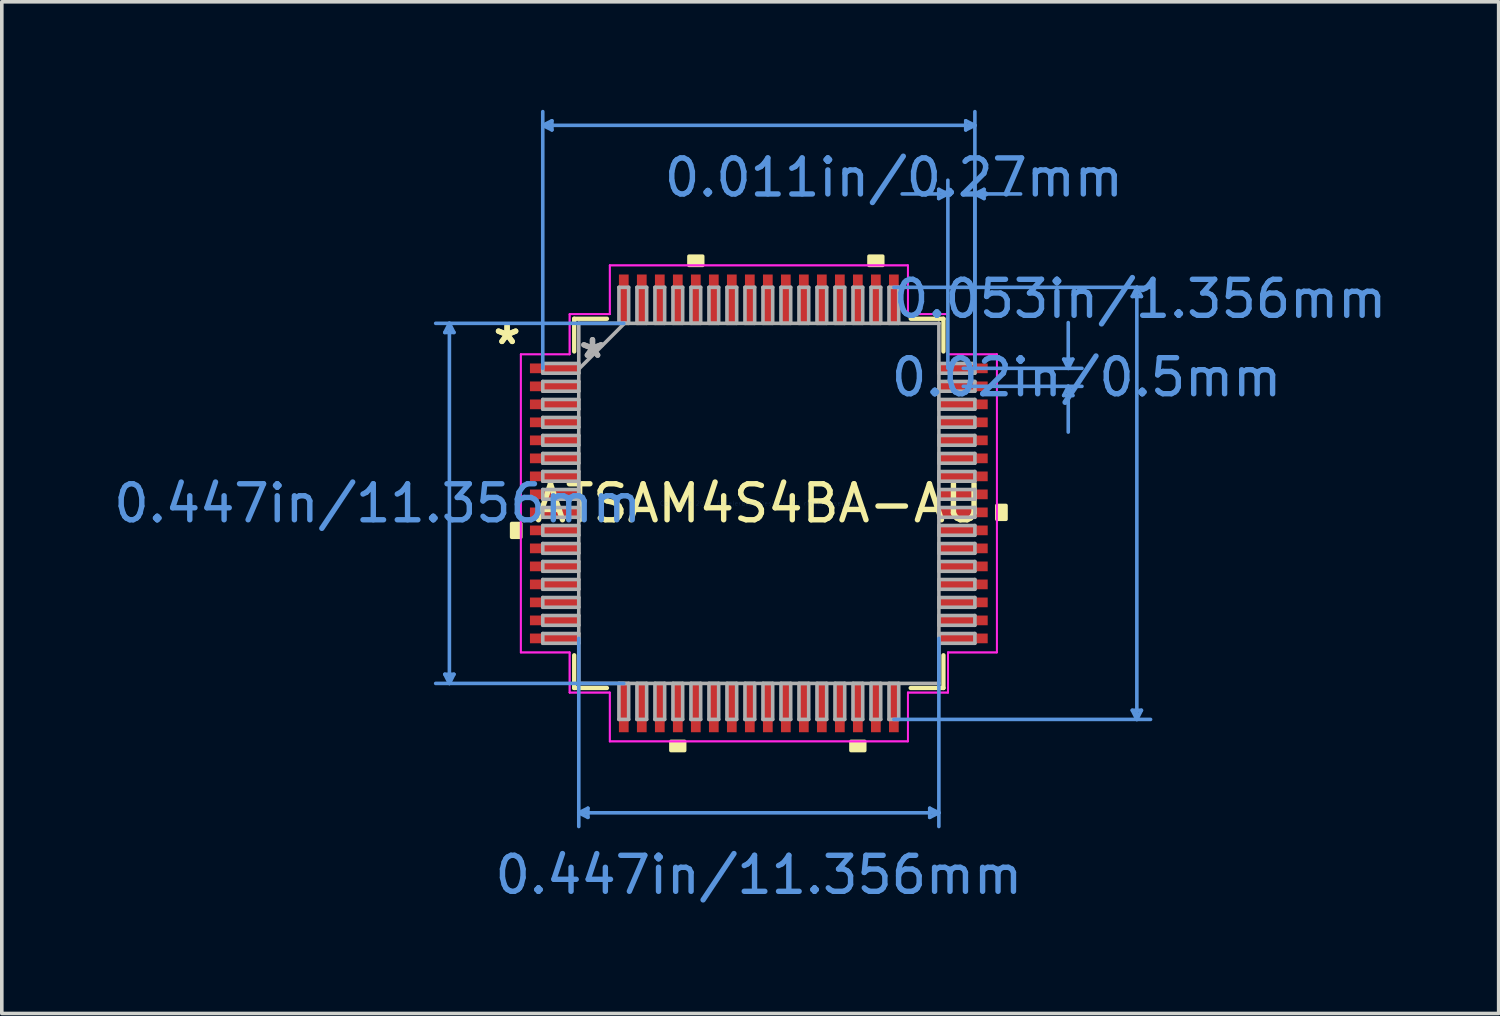
<source format=kicad_pcb>
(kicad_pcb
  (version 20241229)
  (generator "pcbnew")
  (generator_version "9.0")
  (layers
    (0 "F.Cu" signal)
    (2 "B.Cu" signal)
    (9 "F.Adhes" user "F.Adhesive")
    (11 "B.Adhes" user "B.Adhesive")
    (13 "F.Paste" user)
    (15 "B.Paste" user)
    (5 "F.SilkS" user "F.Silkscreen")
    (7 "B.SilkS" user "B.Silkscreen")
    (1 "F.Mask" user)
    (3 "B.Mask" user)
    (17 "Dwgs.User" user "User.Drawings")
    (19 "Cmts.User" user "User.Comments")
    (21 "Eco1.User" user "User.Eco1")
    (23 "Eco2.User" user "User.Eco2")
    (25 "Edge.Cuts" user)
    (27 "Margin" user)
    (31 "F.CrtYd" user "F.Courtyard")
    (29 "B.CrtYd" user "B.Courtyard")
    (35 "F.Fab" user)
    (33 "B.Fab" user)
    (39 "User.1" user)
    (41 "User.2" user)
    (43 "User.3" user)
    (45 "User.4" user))
  (footprint "ATSAM4S4BA-AU"
    (layer "F.Cu")
    (at 18.023 10.929)
    (property "Reference" "ATSAM4S4BA-AU" (at 0 0 0) (layer "F.SilkS") (effects (font (size 1 1) (thickness 0.15))))
    (attr through_hole)
    (fp_line (start -5.127 -5.127) (end -5.127 -4.218) (stroke (width 0.12) (type solid)) (layer "F.SilkS"))
    (fp_line (start -5.127 4.218) (end -5.127 5.127) (stroke (width 0.12) (type solid)) (layer "F.SilkS"))
    (fp_line (start -5.127 5.127) (end -4.218 5.127) (stroke (width 0.12) (type solid)) (layer "F.SilkS"))
    (fp_line (start -4.218 -5.127) (end -5.127 -5.127) (stroke (width 0.12) (type solid)) (layer "F.SilkS"))
    (fp_line (start 4.218 5.127) (end 5.127 5.127) (stroke (width 0.12) (type solid)) (layer "F.SilkS"))
    (fp_line (start 5.127 -5.127) (end 4.218 -5.127) (stroke (width 0.12) (type solid)) (layer "F.SilkS"))
    (fp_line (start 5.127 -4.218) (end 5.127 -5.127) (stroke (width 0.12) (type solid)) (layer "F.SilkS"))
    (fp_line (start 5.127 5.127) (end 5.127 4.218) (stroke (width 0.12) (type solid)) (layer "F.SilkS"))
    (fp_poly (pts (xy -6.864 0.56) (xy -6.864 0.941) (xy -6.61 0.941) (xy -6.61 0.56)) (stroke (width 0.1) (type solid)) (fill yes) (layer "F.SilkS"))
    (fp_poly (pts (xy -2.441 6.61) (xy -2.441 6.864) (xy -2.06 6.864) (xy -2.06 6.61)) (stroke (width 0.1) (type solid)) (fill yes) (layer "F.SilkS"))
    (fp_poly (pts (xy -1.94 -6.61) (xy -1.94 -6.864) (xy -1.559 -6.864) (xy -1.559 -6.61)) (stroke (width 0.1) (type solid)) (fill yes) (layer "F.SilkS"))
    (fp_poly (pts (xy 2.559 6.61) (xy 2.559 6.864) (xy 2.941 6.864) (xy 2.941 6.61)) (stroke (width 0.1) (type solid)) (fill yes) (layer "F.SilkS"))
    (fp_poly (pts (xy 3.06 -6.61) (xy 3.06 -6.864) (xy 3.441 -6.864) (xy 3.441 -6.61)) (stroke (width 0.1) (type solid)) (fill yes) (layer "F.SilkS"))
    (fp_poly (pts (xy 6.864 0.059) (xy 6.864 0.441) (xy 6.61 0.441) (xy 6.61 0.059)) (stroke (width 0.1) (type solid)) (fill yes) (layer "F.SilkS"))
    (fp_line (start -8.72 -4.746) (end -8.466 -4.746) (stroke (width 0.1) (type solid)) (layer "Cmts.User"))
    (fp_line (start -8.72 4.746) (end -8.466 4.746) (stroke (width 0.1) (type solid)) (layer "Cmts.User"))
    (fp_line (start -8.593 -5) (end -8.72 -4.746) (stroke (width 0.1) (type solid)) (layer "Cmts.User"))
    (fp_line (start -8.593 -5) (end -8.593 5) (stroke (width 0.1) (type solid)) (layer "Cmts.User"))
    (fp_line (start -8.593 -5) (end -8.466 -4.746) (stroke (width 0.1) (type solid)) (layer "Cmts.User"))
    (fp_line (start -8.593 5) (end -8.72 4.746) (stroke (width 0.1) (type solid)) (layer "Cmts.User"))
    (fp_line (start -8.593 5) (end -8.466 4.746) (stroke (width 0.1) (type solid)) (layer "Cmts.User"))
    (fp_line (start -6 -10.498) (end -5.746 -10.625) (stroke (width 0.1) (type solid)) (layer "Cmts.User"))
    (fp_line (start -6 -10.498) (end -5.746 -10.371) (stroke (width 0.1) (type solid)) (layer "Cmts.User"))
    (fp_line (start -6 -10.498) (end 6 -10.498) (stroke (width 0.1) (type solid)) (layer "Cmts.User"))
    (fp_line (start -6 -3.75) (end -6 -10.879) (stroke (width 0.1) (type solid)) (layer "Cmts.User"))
    (fp_line (start -5.746 -10.625) (end -5.746 -10.371) (stroke (width 0.1) (type solid)) (layer "Cmts.User"))
    (fp_line (start -5 3.75) (end -5 8.974) (stroke (width 0.1) (type solid)) (layer "Cmts.User"))
    (fp_line (start -5 8.593) (end -4.746 8.466) (stroke (width 0.1) (type solid)) (layer "Cmts.User"))
    (fp_line (start -5 8.593) (end -4.746 8.72) (stroke (width 0.1) (type solid)) (layer "Cmts.User"))
    (fp_line (start -5 8.593) (end 5 8.593) (stroke (width 0.1) (type solid)) (layer "Cmts.User"))
    (fp_line (start -4.746 8.466) (end -4.746 8.72) (stroke (width 0.1) (type solid)) (layer "Cmts.User"))
    (fp_line (start -3.75 -5) (end -8.974 -5) (stroke (width 0.1) (type solid)) (layer "Cmts.User"))
    (fp_line (start -3.75 5) (end -8.974 5) (stroke (width 0.1) (type solid)) (layer "Cmts.User"))
    (fp_line (start 3.75 -6) (end 10.879 -6) (stroke (width 0.1) (type solid)) (layer "Cmts.User"))
    (fp_line (start 3.75 6) (end 10.879 6) (stroke (width 0.1) (type solid)) (layer "Cmts.User"))
    (fp_line (start 4.746 8.466) (end 4.746 8.72) (stroke (width 0.1) (type solid)) (layer "Cmts.User"))
    (fp_line (start 4.996 -8.72) (end 4.996 -8.466) (stroke (width 0.1) (type solid)) (layer "Cmts.User"))
    (fp_line (start 5 3.75) (end 5 8.974) (stroke (width 0.1) (type solid)) (layer "Cmts.User"))
    (fp_line (start 5 8.593) (end 4.746 8.466) (stroke (width 0.1) (type solid)) (layer "Cmts.User"))
    (fp_line (start 5 8.593) (end 4.746 8.72) (stroke (width 0.1) (type solid)) (layer "Cmts.User"))
    (fp_line (start 5.25 -8.593) (end 3.98 -8.593) (stroke (width 0.1) (type solid)) (layer "Cmts.User"))
    (fp_line (start 5.25 -8.593) (end 4.996 -8.72) (stroke (width 0.1) (type solid)) (layer "Cmts.User"))
    (fp_line (start 5.25 -8.593) (end 4.996 -8.466) (stroke (width 0.1) (type solid)) (layer "Cmts.User"))
    (fp_line (start 5.25 -3.75) (end 5.25 -8.974) (stroke (width 0.1) (type solid)) (layer "Cmts.User"))
    (fp_line (start 5.678 -3.75) (end 8.974 -3.75) (stroke (width 0.1) (type solid)) (layer "Cmts.User"))
    (fp_line (start 5.678 -3.25) (end 8.974 -3.25) (stroke (width 0.1) (type solid)) (layer "Cmts.User"))
    (fp_line (start 5.746 -10.625) (end 5.746 -10.371) (stroke (width 0.1) (type solid)) (layer "Cmts.User"))
    (fp_line (start 6 -10.498) (end 5.746 -10.625) (stroke (width 0.1) (type solid)) (layer "Cmts.User"))
    (fp_line (start 6 -10.498) (end 5.746 -10.371) (stroke (width 0.1) (type solid)) (layer "Cmts.User"))
    (fp_line (start 6 -8.593) (end 6.254 -8.72) (stroke (width 0.1) (type solid)) (layer "Cmts.User"))
    (fp_line (start 6 -8.593) (end 6.254 -8.466) (stroke (width 0.1) (type solid)) (layer "Cmts.User"))
    (fp_line (start 6 -8.593) (end 7.27 -8.593) (stroke (width 0.1) (type solid)) (layer "Cmts.User"))
    (fp_line (start 6 -3.75) (end 6 -10.879) (stroke (width 0.1) (type solid)) (layer "Cmts.User"))
    (fp_line (start 6 -3.75) (end 6 -8.974) (stroke (width 0.1) (type solid)) (layer "Cmts.User"))
    (fp_line (start 6.254 -8.72) (end 6.254 -8.466) (stroke (width 0.1) (type solid)) (layer "Cmts.User"))
    (fp_line (start 8.466 -4.004) (end 8.72 -4.004) (stroke (width 0.1) (type solid)) (layer "Cmts.User"))
    (fp_line (start 8.466 -2.996) (end 8.72 -2.996) (stroke (width 0.1) (type solid)) (layer "Cmts.User"))
    (fp_line (start 8.593 -3.75) (end 8.466 -4.004) (stroke (width 0.1) (type solid)) (layer "Cmts.User"))
    (fp_line (start 8.593 -3.75) (end 8.593 -5.02) (stroke (width 0.1) (type solid)) (layer "Cmts.User"))
    (fp_line (start 8.593 -3.75) (end 8.72 -4.004) (stroke (width 0.1) (type solid)) (layer "Cmts.User"))
    (fp_line (start 8.593 -3.25) (end 8.466 -2.996) (stroke (width 0.1) (type solid)) (layer "Cmts.User"))
    (fp_line (start 8.593 -3.25) (end 8.593 -1.98) (stroke (width 0.1) (type solid)) (layer "Cmts.User"))
    (fp_line (start 8.593 -3.25) (end 8.72 -2.996) (stroke (width 0.1) (type solid)) (layer "Cmts.User"))
    (fp_line (start 10.371 -5.746) (end 10.625 -5.746) (stroke (width 0.1) (type solid)) (layer "Cmts.User"))
    (fp_line (start 10.371 5.746) (end 10.625 5.746) (stroke (width 0.1) (type solid)) (layer "Cmts.User"))
    (fp_line (start 10.498 -6) (end 10.371 -5.746) (stroke (width 0.1) (type solid)) (layer "Cmts.User"))
    (fp_line (start 10.498 -6) (end 10.498 6) (stroke (width 0.1) (type solid)) (layer "Cmts.User"))
    (fp_line (start 10.498 -6) (end 10.625 -5.746) (stroke (width 0.1) (type solid)) (layer "Cmts.User"))
    (fp_line (start 10.498 6) (end 10.371 5.746) (stroke (width 0.1) (type solid)) (layer "Cmts.User"))
    (fp_line (start 10.498 6) (end 10.625 5.746) (stroke (width 0.1) (type solid)) (layer "Cmts.User"))
    (fp_line (start -6.61 -4.139) (end -5.254 -4.139) (stroke (width 0.05) (type solid)) (layer "F.CrtYd"))
    (fp_line (start -6.61 -4.139) (end -5.254 -4.139) (stroke (width 0.05) (type solid)) (layer "F.CrtYd"))
    (fp_line (start -6.61 4.139) (end -6.61 -4.139) (stroke (width 0.05) (type solid)) (layer "F.CrtYd"))
    (fp_line (start -6.61 4.139) (end -6.61 -4.139) (stroke (width 0.05) (type solid)) (layer "F.CrtYd"))
    (fp_line (start -5.254 -5.254) (end -4.139 -5.254) (stroke (width 0.05) (type solid)) (layer "F.CrtYd"))
    (fp_line (start -5.254 -5.254) (end -4.139 -5.254) (stroke (width 0.05) (type solid)) (layer "F.CrtYd"))
    (fp_line (start -5.254 -4.139) (end -5.254 -5.254) (stroke (width 0.05) (type solid)) (layer "F.CrtYd"))
    (fp_line (start -5.254 -4.139) (end -5.254 -5.254) (stroke (width 0.05) (type solid)) (layer "F.CrtYd"))
    (fp_line (start -5.254 4.139) (end -6.61 4.139) (stroke (width 0.05) (type solid)) (layer "F.CrtYd"))
    (fp_line (start -5.254 4.139) (end -6.61 4.139) (stroke (width 0.05) (type solid)) (layer "F.CrtYd"))
    (fp_line (start -5.254 5.254) (end -5.254 4.139) (stroke (width 0.05) (type solid)) (layer "F.CrtYd"))
    (fp_line (start -5.254 5.254) (end -5.254 4.139) (stroke (width 0.05) (type solid)) (layer "F.CrtYd"))
    (fp_line (start -5.254 5.254) (end -4.139 5.254) (stroke (width 0.05) (type solid)) (layer "F.CrtYd"))
    (fp_line (start -4.139 -6.61) (end 4.139 -6.61) (stroke (width 0.05) (type solid)) (layer "F.CrtYd"))
    (fp_line (start -4.139 -6.61) (end 4.139 -6.61) (stroke (width 0.05) (type solid)) (layer "F.CrtYd"))
    (fp_line (start -4.139 -5.254) (end -4.139 -6.61) (stroke (width 0.05) (type solid)) (layer "F.CrtYd"))
    (fp_line (start -4.139 -5.254) (end -4.139 -6.61) (stroke (width 0.05) (type solid)) (layer "F.CrtYd"))
    (fp_line (start -4.139 5.254) (end -5.254 5.254) (stroke (width 0.05) (type solid)) (layer "F.CrtYd"))
    (fp_line (start -4.139 5.254) (end -4.139 6.61) (stroke (width 0.05) (type solid)) (layer "F.CrtYd"))
    (fp_line (start -4.139 6.61) (end -4.139 5.254) (stroke (width 0.05) (type solid)) (layer "F.CrtYd"))
    (fp_line (start -4.139 6.61) (end 4.139 6.61) (stroke (width 0.05) (type solid)) (layer "F.CrtYd"))
    (fp_line (start 4.139 -6.61) (end 4.139 -5.254) (stroke (width 0.05) (type solid)) (layer "F.CrtYd"))
    (fp_line (start 4.139 -6.61) (end 4.139 -5.254) (stroke (width 0.05) (type solid)) (layer "F.CrtYd"))
    (fp_line (start 4.139 -5.254) (end 5.254 -5.254) (stroke (width 0.05) (type solid)) (layer "F.CrtYd"))
    (fp_line (start 4.139 -5.254) (end 5.254 -5.254) (stroke (width 0.05) (type solid)) (layer "F.CrtYd"))
    (fp_line (start 4.139 5.254) (end 4.139 6.61) (stroke (width 0.05) (type solid)) (layer "F.CrtYd"))
    (fp_line (start 4.139 5.254) (end 5.254 5.254) (stroke (width 0.05) (type solid)) (layer "F.CrtYd"))
    (fp_line (start 4.139 6.61) (end -4.139 6.61) (stroke (width 0.05) (type solid)) (layer "F.CrtYd"))
    (fp_line (start 4.139 6.61) (end 4.139 5.254) (stroke (width 0.05) (type solid)) (layer "F.CrtYd"))
    (fp_line (start 5.254 -5.254) (end 5.254 -4.139) (stroke (width 0.05) (type solid)) (layer "F.CrtYd"))
    (fp_line (start 5.254 -4.139) (end 5.254 -5.254) (stroke (width 0.05) (type solid)) (layer "F.CrtYd"))
    (fp_line (start 5.254 -4.139) (end 6.61 -4.139) (stroke (width 0.05) (type solid)) (layer "F.CrtYd"))
    (fp_line (start 5.254 4.139) (end 5.254 5.254) (stroke (width 0.05) (type solid)) (layer "F.CrtYd"))
    (fp_line (start 5.254 4.139) (end 6.61 4.139) (stroke (width 0.05) (type solid)) (layer "F.CrtYd"))
    (fp_line (start 5.254 5.254) (end 4.139 5.254) (stroke (width 0.05) (type solid)) (layer "F.CrtYd"))
    (fp_line (start 5.254 5.254) (end 5.254 4.139) (stroke (width 0.05) (type solid)) (layer "F.CrtYd"))
    (fp_line (start 6.61 -4.139) (end 5.254 -4.139) (stroke (width 0.05) (type solid)) (layer "F.CrtYd"))
    (fp_line (start 6.61 -4.139) (end 6.61 4.139) (stroke (width 0.05) (type solid)) (layer "F.CrtYd"))
    (fp_line (start 6.61 4.139) (end 5.254 4.139) (stroke (width 0.05) (type solid)) (layer "F.CrtYd"))
    (fp_line (start 6.61 4.139) (end 6.61 -4.139) (stroke (width 0.05) (type solid)) (layer "F.CrtYd"))
    (fp_line (start -6 -3.885) (end -6 -3.615) (stroke (width 0.1) (type solid)) (layer "F.Fab"))
    (fp_line (start -6 -3.615) (end -5 -3.615) (stroke (width 0.1) (type solid)) (layer "F.Fab"))
    (fp_line (start -6 -3.385) (end -6 -3.115) (stroke (width 0.1) (type solid)) (layer "F.Fab"))
    (fp_line (start -6 -3.115) (end -5 -3.115) (stroke (width 0.1) (type solid)) (layer "F.Fab"))
    (fp_line (start -6 -2.885) (end -6 -2.615) (stroke (width 0.1) (type solid)) (layer "F.Fab"))
    (fp_line (start -6 -2.615) (end -5 -2.615) (stroke (width 0.1) (type solid)) (layer "F.Fab"))
    (fp_line (start -6 -2.385) (end -6 -2.115) (stroke (width 0.1) (type solid)) (layer "F.Fab"))
    (fp_line (start -6 -2.115) (end -5 -2.115) (stroke (width 0.1) (type solid)) (layer "F.Fab"))
    (fp_line (start -6 -1.885) (end -6 -1.615) (stroke (width 0.1) (type solid)) (layer "F.Fab"))
    (fp_line (start -6 -1.615) (end -5 -1.615) (stroke (width 0.1) (type solid)) (layer "F.Fab"))
    (fp_line (start -6 -1.385) (end -6 -1.115) (stroke (width 0.1) (type solid)) (layer "F.Fab"))
    (fp_line (start -6 -1.115) (end -5 -1.115) (stroke (width 0.1) (type solid)) (layer "F.Fab"))
    (fp_line (start -6 -0.885) (end -6 -0.615) (stroke (width 0.1) (type solid)) (layer "F.Fab"))
    (fp_line (start -6 -0.615) (end -5 -0.615) (stroke (width 0.1) (type solid)) (layer "F.Fab"))
    (fp_line (start -6 -0.385) (end -6 -0.115) (stroke (width 0.1) (type solid)) (layer "F.Fab"))
    (fp_line (start -6 -0.115) (end -5 -0.115) (stroke (width 0.1) (type solid)) (layer "F.Fab"))
    (fp_line (start -6 0.115) (end -6 0.385) (stroke (width 0.1) (type solid)) (layer "F.Fab"))
    (fp_line (start -6 0.385) (end -5 0.385) (stroke (width 0.1) (type solid)) (layer "F.Fab"))
    (fp_line (start -6 0.615) (end -6 0.885) (stroke (width 0.1) (type solid)) (layer "F.Fab"))
    (fp_line (start -6 0.885) (end -5 0.885) (stroke (width 0.1) (type solid)) (layer "F.Fab"))
    (fp_line (start -6 1.115) (end -6 1.385) (stroke (width 0.1) (type solid)) (layer "F.Fab"))
    (fp_line (start -6 1.385) (end -5 1.385) (stroke (width 0.1) (type solid)) (layer "F.Fab"))
    (fp_line (start -6 1.615) (end -6 1.885) (stroke (width 0.1) (type solid)) (layer "F.Fab"))
    (fp_line (start -6 1.885) (end -5 1.885) (stroke (width 0.1) (type solid)) (layer "F.Fab"))
    (fp_line (start -6 2.115) (end -6 2.385) (stroke (width 0.1) (type solid)) (layer "F.Fab"))
    (fp_line (start -6 2.385) (end -5 2.385) (stroke (width 0.1) (type solid)) (layer "F.Fab"))
    (fp_line (start -6 2.615) (end -6 2.885) (stroke (width 0.1) (type solid)) (layer "F.Fab"))
    (fp_line (start -6 2.885) (end -5 2.885) (stroke (width 0.1) (type solid)) (layer "F.Fab"))
    (fp_line (start -6 3.115) (end -6 3.385) (stroke (width 0.1) (type solid)) (layer "F.Fab"))
    (fp_line (start -6 3.385) (end -5 3.385) (stroke (width 0.1) (type solid)) (layer "F.Fab"))
    (fp_line (start -6 3.615) (end -6 3.885) (stroke (width 0.1) (type solid)) (layer "F.Fab"))
    (fp_line (start -6 3.885) (end -5 3.885) (stroke (width 0.1) (type solid)) (layer "F.Fab"))
    (fp_line (start -5 -5) (end -5 -5) (stroke (width 0.1) (type solid)) (layer "F.Fab"))
    (fp_line (start -5 -5) (end -5 5) (stroke (width 0.1) (type solid)) (layer "F.Fab"))
    (fp_line (start -5 -3.885) (end -6 -3.885) (stroke (width 0.1) (type solid)) (layer "F.Fab"))
    (fp_line (start -5 -3.73) (end -3.73 -5) (stroke (width 0.1) (type solid)) (layer "F.Fab"))
    (fp_line (start -5 -3.615) (end -5 -3.885) (stroke (width 0.1) (type solid)) (layer "F.Fab"))
    (fp_line (start -5 -3.385) (end -6 -3.385) (stroke (width 0.1) (type solid)) (layer "F.Fab"))
    (fp_line (start -5 -3.115) (end -5 -3.385) (stroke (width 0.1) (type solid)) (layer "F.Fab"))
    (fp_line (start -5 -2.885) (end -6 -2.885) (stroke (width 0.1) (type solid)) (layer "F.Fab"))
    (fp_line (start -5 -2.615) (end -5 -2.885) (stroke (width 0.1) (type solid)) (layer "F.Fab"))
    (fp_line (start -5 -2.385) (end -6 -2.385) (stroke (width 0.1) (type solid)) (layer "F.Fab"))
    (fp_line (start -5 -2.115) (end -5 -2.385) (stroke (width 0.1) (type solid)) (layer "F.Fab"))
    (fp_line (start -5 -1.885) (end -6 -1.885) (stroke (width 0.1) (type solid)) (layer "F.Fab"))
    (fp_line (start -5 -1.615) (end -5 -1.885) (stroke (width 0.1) (type solid)) (layer "F.Fab"))
    (fp_line (start -5 -1.385) (end -6 -1.385) (stroke (width 0.1) (type solid)) (layer "F.Fab"))
    (fp_line (start -5 -1.115) (end -5 -1.385) (stroke (width 0.1) (type solid)) (layer "F.Fab"))
    (fp_line (start -5 -0.885) (end -6 -0.885) (stroke (width 0.1) (type solid)) (layer "F.Fab"))
    (fp_line (start -5 -0.615) (end -5 -0.885) (stroke (width 0.1) (type solid)) (layer "F.Fab"))
    (fp_line (start -5 -0.385) (end -6 -0.385) (stroke (width 0.1) (type solid)) (layer "F.Fab"))
    (fp_line (start -5 -0.115) (end -5 -0.385) (stroke (width 0.1) (type solid)) (layer "F.Fab"))
    (fp_line (start -5 0.115) (end -6 0.115) (stroke (width 0.1) (type solid)) (layer "F.Fab"))
    (fp_line (start -5 0.385) (end -5 0.115) (stroke (width 0.1) (type solid)) (layer "F.Fab"))
    (fp_line (start -5 0.615) (end -6 0.615) (stroke (width 0.1) (type solid)) (layer "F.Fab"))
    (fp_line (start -5 0.885) (end -5 0.615) (stroke (width 0.1) (type solid)) (layer "F.Fab"))
    (fp_line (start -5 1.115) (end -6 1.115) (stroke (width 0.1) (type solid)) (layer "F.Fab"))
    (fp_line (start -5 1.385) (end -5 1.115) (stroke (width 0.1) (type solid)) (layer "F.Fab"))
    (fp_line (start -5 1.615) (end -6 1.615) (stroke (width 0.1) (type solid)) (layer "F.Fab"))
    (fp_line (start -5 1.885) (end -5 1.615) (stroke (width 0.1) (type solid)) (layer "F.Fab"))
    (fp_line (start -5 2.115) (end -6 2.115) (stroke (width 0.1) (type solid)) (layer "F.Fab"))
    (fp_line (start -5 2.385) (end -5 2.115) (stroke (width 0.1) (type solid)) (layer "F.Fab"))
    (fp_line (start -5 2.615) (end -6 2.615) (stroke (width 0.1) (type solid)) (layer "F.Fab"))
    (fp_line (start -5 2.885) (end -5 2.615) (stroke (width 0.1) (type solid)) (layer "F.Fab"))
    (fp_line (start -5 3.115) (end -6 3.115) (stroke (width 0.1) (type solid)) (layer "F.Fab"))
    (fp_line (start -5 3.385) (end -5 3.115) (stroke (width 0.1) (type solid)) (layer "F.Fab"))
    (fp_line (start -5 3.615) (end -6 3.615) (stroke (width 0.1) (type solid)) (layer "F.Fab"))
    (fp_line (start -5 3.885) (end -5 3.615) (stroke (width 0.1) (type solid)) (layer "F.Fab"))
    (fp_line (start -5 5) (end -5 5) (stroke (width 0.1) (type solid)) (layer "F.Fab"))
    (fp_line (start -5 5) (end 5 5) (stroke (width 0.1) (type solid)) (layer "F.Fab"))
    (fp_line (start -3.885 -6) (end -3.885 -5) (stroke (width 0.1) (type solid)) (layer "F.Fab"))
    (fp_line (start -3.885 -5) (end -3.615 -5) (stroke (width 0.1) (type solid)) (layer "F.Fab"))
    (fp_line (start -3.885 5) (end -3.885 6) (stroke (width 0.1) (type solid)) (layer "F.Fab"))
    (fp_line (start -3.885 6) (end -3.615 6) (stroke (width 0.1) (type solid)) (layer "F.Fab"))
    (fp_line (start -3.615 -6) (end -3.885 -6) (stroke (width 0.1) (type solid)) (layer "F.Fab"))
    (fp_line (start -3.615 -5) (end -3.615 -6) (stroke (width 0.1) (type solid)) (layer "F.Fab"))
    (fp_line (start -3.615 5) (end -3.885 5) (stroke (width 0.1) (type solid)) (layer "F.Fab"))
    (fp_line (start -3.615 6) (end -3.615 5) (stroke (width 0.1) (type solid)) (layer "F.Fab"))
    (fp_line (start -3.385 -6) (end -3.385 -5) (stroke (width 0.1) (type solid)) (layer "F.Fab"))
    (fp_line (start -3.385 -5) (end -3.115 -5) (stroke (width 0.1) (type solid)) (layer "F.Fab"))
    (fp_line (start -3.385 5) (end -3.385 6) (stroke (width 0.1) (type solid)) (layer "F.Fab"))
    (fp_line (start -3.385 6) (end -3.115 6) (stroke (width 0.1) (type solid)) (layer "F.Fab"))
    (fp_line (start -3.115 -6) (end -3.385 -6) (stroke (width 0.1) (type solid)) (layer "F.Fab"))
    (fp_line (start -3.115 -5) (end -3.115 -6) (stroke (width 0.1) (type solid)) (layer "F.Fab"))
    (fp_line (start -3.115 5) (end -3.385 5) (stroke (width 0.1) (type solid)) (layer "F.Fab"))
    (fp_line (start -3.115 6) (end -3.115 5) (stroke (width 0.1) (type solid)) (layer "F.Fab"))
    (fp_line (start -2.885 -6) (end -2.885 -5) (stroke (width 0.1) (type solid)) (layer "F.Fab"))
    (fp_line (start -2.885 -5) (end -2.615 -5) (stroke (width 0.1) (type solid)) (layer "F.Fab"))
    (fp_line (start -2.885 5) (end -2.885 6) (stroke (width 0.1) (type solid)) (layer "F.Fab"))
    (fp_line (start -2.885 6) (end -2.615 6) (stroke (width 0.1) (type solid)) (layer "F.Fab"))
    (fp_line (start -2.615 -6) (end -2.885 -6) (stroke (width 0.1) (type solid)) (layer "F.Fab"))
    (fp_line (start -2.615 -5) (end -2.615 -6) (stroke (width 0.1) (type solid)) (layer "F.Fab"))
    (fp_line (start -2.615 5) (end -2.885 5) (stroke (width 0.1) (type solid)) (layer "F.Fab"))
    (fp_line (start -2.615 6) (end -2.615 5) (stroke (width 0.1) (type solid)) (layer "F.Fab"))
    (fp_line (start -2.385 -6) (end -2.385 -5) (stroke (width 0.1) (type solid)) (layer "F.Fab"))
    (fp_line (start -2.385 -5) (end -2.115 -5) (stroke (width 0.1) (type solid)) (layer "F.Fab"))
    (fp_line (start -2.385 5) (end -2.385 6) (stroke (width 0.1) (type solid)) (layer "F.Fab"))
    (fp_line (start -2.385 6) (end -2.115 6) (stroke (width 0.1) (type solid)) (layer "F.Fab"))
    (fp_line (start -2.115 -6) (end -2.385 -6) (stroke (width 0.1) (type solid)) (layer "F.Fab"))
    (fp_line (start -2.115 -5) (end -2.115 -6) (stroke (width 0.1) (type solid)) (layer "F.Fab"))
    (fp_line (start -2.115 5) (end -2.385 5) (stroke (width 0.1) (type solid)) (layer "F.Fab"))
    (fp_line (start -2.115 6) (end -2.115 5) (stroke (width 0.1) (type solid)) (layer "F.Fab"))
    (fp_line (start -1.885 -6) (end -1.885 -5) (stroke (width 0.1) (type solid)) (layer "F.Fab"))
    (fp_line (start -1.885 -5) (end -1.615 -5) (stroke (width 0.1) (type solid)) (layer "F.Fab"))
    (fp_line (start -1.885 5) (end -1.885 6) (stroke (width 0.1) (type solid)) (layer "F.Fab"))
    (fp_line (start -1.885 6) (end -1.615 6) (stroke (width 0.1) (type solid)) (layer "F.Fab"))
    (fp_line (start -1.615 -6) (end -1.885 -6) (stroke (width 0.1) (type solid)) (layer "F.Fab"))
    (fp_line (start -1.615 -5) (end -1.615 -6) (stroke (width 0.1) (type solid)) (layer "F.Fab"))
    (fp_line (start -1.615 5) (end -1.885 5) (stroke (width 0.1) (type solid)) (layer "F.Fab"))
    (fp_line (start -1.615 6) (end -1.615 5) (stroke (width 0.1) (type solid)) (layer "F.Fab"))
    (fp_line (start -1.385 -6) (end -1.385 -5) (stroke (width 0.1) (type solid)) (layer "F.Fab"))
    (fp_line (start -1.385 -5) (end -1.115 -5) (stroke (width 0.1) (type solid)) (layer "F.Fab"))
    (fp_line (start -1.385 5) (end -1.385 6) (stroke (width 0.1) (type solid)) (layer "F.Fab"))
    (fp_line (start -1.385 6) (end -1.115 6) (stroke (width 0.1) (type solid)) (layer "F.Fab"))
    (fp_line (start -1.115 -6) (end -1.385 -6) (stroke (width 0.1) (type solid)) (layer "F.Fab"))
    (fp_line (start -1.115 -5) (end -1.115 -6) (stroke (width 0.1) (type solid)) (layer "F.Fab"))
    (fp_line (start -1.115 5) (end -1.385 5) (stroke (width 0.1) (type solid)) (layer "F.Fab"))
    (fp_line (start -1.115 6) (end -1.115 5) (stroke (width 0.1) (type solid)) (layer "F.Fab"))
    (fp_line (start -0.885 -6) (end -0.885 -5) (stroke (width 0.1) (type solid)) (layer "F.Fab"))
    (fp_line (start -0.885 -5) (end -0.615 -5) (stroke (width 0.1) (type solid)) (layer "F.Fab"))
    (fp_line (start -0.885 5) (end -0.885 6) (stroke (width 0.1) (type solid)) (layer "F.Fab"))
    (fp_line (start -0.885 6) (end -0.615 6) (stroke (width 0.1) (type solid)) (layer "F.Fab"))
    (fp_line (start -0.615 -6) (end -0.885 -6) (stroke (width 0.1) (type solid)) (layer "F.Fab"))
    (fp_line (start -0.615 -5) (end -0.615 -6) (stroke (width 0.1) (type solid)) (layer "F.Fab"))
    (fp_line (start -0.615 5) (end -0.885 5) (stroke (width 0.1) (type solid)) (layer "F.Fab"))
    (fp_line (start -0.615 6) (end -0.615 5) (stroke (width 0.1) (type solid)) (layer "F.Fab"))
    (fp_line (start -0.385 -6) (end -0.385 -5) (stroke (width 0.1) (type solid)) (layer "F.Fab"))
    (fp_line (start -0.385 -5) (end -0.115 -5) (stroke (width 0.1) (type solid)) (layer "F.Fab"))
    (fp_line (start -0.385 5) (end -0.385 6) (stroke (width 0.1) (type solid)) (layer "F.Fab"))
    (fp_line (start -0.385 6) (end -0.115 6) (stroke (width 0.1) (type solid)) (layer "F.Fab"))
    (fp_line (start -0.115 -6) (end -0.385 -6) (stroke (width 0.1) (type solid)) (layer "F.Fab"))
    (fp_line (start -0.115 -5) (end -0.115 -6) (stroke (width 0.1) (type solid)) (layer "F.Fab"))
    (fp_line (start -0.115 5) (end -0.385 5) (stroke (width 0.1) (type solid)) (layer "F.Fab"))
    (fp_line (start -0.115 6) (end -0.115 5) (stroke (width 0.1) (type solid)) (layer "F.Fab"))
    (fp_line (start 0.115 -6) (end 0.115 -5) (stroke (width 0.1) (type solid)) (layer "F.Fab"))
    (fp_line (start 0.115 -5) (end 0.385 -5) (stroke (width 0.1) (type solid)) (layer "F.Fab"))
    (fp_line (start 0.115 5) (end 0.115 6) (stroke (width 0.1) (type solid)) (layer "F.Fab"))
    (fp_line (start 0.115 6) (end 0.385 6) (stroke (width 0.1) (type solid)) (layer "F.Fab"))
    (fp_line (start 0.385 -6) (end 0.115 -6) (stroke (width 0.1) (type solid)) (layer "F.Fab"))
    (fp_line (start 0.385 -5) (end 0.385 -6) (stroke (width 0.1) (type solid)) (layer "F.Fab"))
    (fp_line (start 0.385 5) (end 0.115 5) (stroke (width 0.1) (type solid)) (layer "F.Fab"))
    (fp_line (start 0.385 6) (end 0.385 5) (stroke (width 0.1) (type solid)) (layer "F.Fab"))
    (fp_line (start 0.615 -6) (end 0.615 -5) (stroke (width 0.1) (type solid)) (layer "F.Fab"))
    (fp_line (start 0.615 -5) (end 0.885 -5) (stroke (width 0.1) (type solid)) (layer "F.Fab"))
    (fp_line (start 0.615 5) (end 0.615 6) (stroke (width 0.1) (type solid)) (layer "F.Fab"))
    (fp_line (start 0.615 6) (end 0.885 6) (stroke (width 0.1) (type solid)) (layer "F.Fab"))
    (fp_line (start 0.885 -6) (end 0.615 -6) (stroke (width 0.1) (type solid)) (layer "F.Fab"))
    (fp_line (start 0.885 -5) (end 0.885 -6) (stroke (width 0.1) (type solid)) (layer "F.Fab"))
    (fp_line (start 0.885 5) (end 0.615 5) (stroke (width 0.1) (type solid)) (layer "F.Fab"))
    (fp_line (start 0.885 6) (end 0.885 5) (stroke (width 0.1) (type solid)) (layer "F.Fab"))
    (fp_line (start 1.115 -6) (end 1.115 -5) (stroke (width 0.1) (type solid)) (layer "F.Fab"))
    (fp_line (start 1.115 -5) (end 1.385 -5) (stroke (width 0.1) (type solid)) (layer "F.Fab"))
    (fp_line (start 1.115 5) (end 1.115 6) (stroke (width 0.1) (type solid)) (layer "F.Fab"))
    (fp_line (start 1.115 6) (end 1.385 6) (stroke (width 0.1) (type solid)) (layer "F.Fab"))
    (fp_line (start 1.385 -6) (end 1.115 -6) (stroke (width 0.1) (type solid)) (layer "F.Fab"))
    (fp_line (start 1.385 -5) (end 1.385 -6) (stroke (width 0.1) (type solid)) (layer "F.Fab"))
    (fp_line (start 1.385 5) (end 1.115 5) (stroke (width 0.1) (type solid)) (layer "F.Fab"))
    (fp_line (start 1.385 6) (end 1.385 5) (stroke (width 0.1) (type solid)) (layer "F.Fab"))
    (fp_line (start 1.615 -6) (end 1.615 -5) (stroke (width 0.1) (type solid)) (layer "F.Fab"))
    (fp_line (start 1.615 -5) (end 1.885 -5) (stroke (width 0.1) (type solid)) (layer "F.Fab"))
    (fp_line (start 1.615 5) (end 1.615 6) (stroke (width 0.1) (type solid)) (layer "F.Fab"))
    (fp_line (start 1.615 6) (end 1.885 6) (stroke (width 0.1) (type solid)) (layer "F.Fab"))
    (fp_line (start 1.885 -6) (end 1.615 -6) (stroke (width 0.1) (type solid)) (layer "F.Fab"))
    (fp_line (start 1.885 -5) (end 1.885 -6) (stroke (width 0.1) (type solid)) (layer "F.Fab"))
    (fp_line (start 1.885 5) (end 1.615 5) (stroke (width 0.1) (type solid)) (layer "F.Fab"))
    (fp_line (start 1.885 6) (end 1.885 5) (stroke (width 0.1) (type solid)) (layer "F.Fab"))
    (fp_line (start 2.115 -6) (end 2.115 -5) (stroke (width 0.1) (type solid)) (layer "F.Fab"))
    (fp_line (start 2.115 -5) (end 2.385 -5) (stroke (width 0.1) (type solid)) (layer "F.Fab"))
    (fp_line (start 2.115 5) (end 2.115 6) (stroke (width 0.1) (type solid)) (layer "F.Fab"))
    (fp_line (start 2.115 6) (end 2.385 6) (stroke (width 0.1) (type solid)) (layer "F.Fab"))
    (fp_line (start 2.385 -6) (end 2.115 -6) (stroke (width 0.1) (type solid)) (layer "F.Fab"))
    (fp_line (start 2.385 -5) (end 2.385 -6) (stroke (width 0.1) (type solid)) (layer "F.Fab"))
    (fp_line (start 2.385 5) (end 2.115 5) (stroke (width 0.1) (type solid)) (layer "F.Fab"))
    (fp_line (start 2.385 6) (end 2.385 5) (stroke (width 0.1) (type solid)) (layer "F.Fab"))
    (fp_line (start 2.615 -6) (end 2.615 -5) (stroke (width 0.1) (type solid)) (layer "F.Fab"))
    (fp_line (start 2.615 -5) (end 2.885 -5) (stroke (width 0.1) (type solid)) (layer "F.Fab"))
    (fp_line (start 2.615 5) (end 2.615 6) (stroke (width 0.1) (type solid)) (layer "F.Fab"))
    (fp_line (start 2.615 6) (end 2.885 6) (stroke (width 0.1) (type solid)) (layer "F.Fab"))
    (fp_line (start 2.885 -6) (end 2.615 -6) (stroke (width 0.1) (type solid)) (layer "F.Fab"))
    (fp_line (start 2.885 -5) (end 2.885 -6) (stroke (width 0.1) (type solid)) (layer "F.Fab"))
    (fp_line (start 2.885 5) (end 2.615 5) (stroke (width 0.1) (type solid)) (layer "F.Fab"))
    (fp_line (start 2.885 6) (end 2.885 5) (stroke (width 0.1) (type solid)) (layer "F.Fab"))
    (fp_line (start 3.115 -6) (end 3.115 -5) (stroke (width 0.1) (type solid)) (layer "F.Fab"))
    (fp_line (start 3.115 -5) (end 3.385 -5) (stroke (width 0.1) (type solid)) (layer "F.Fab"))
    (fp_line (start 3.115 5) (end 3.115 6) (stroke (width 0.1) (type solid)) (layer "F.Fab"))
    (fp_line (start 3.115 6) (end 3.385 6) (stroke (width 0.1) (type solid)) (layer "F.Fab"))
    (fp_line (start 3.385 -6) (end 3.115 -6) (stroke (width 0.1) (type solid)) (layer "F.Fab"))
    (fp_line (start 3.385 -5) (end 3.385 -6) (stroke (width 0.1) (type solid)) (layer "F.Fab"))
    (fp_line (start 3.385 5) (end 3.115 5) (stroke (width 0.1) (type solid)) (layer "F.Fab"))
    (fp_line (start 3.385 6) (end 3.385 5) (stroke (width 0.1) (type solid)) (layer "F.Fab"))
    (fp_line (start 3.615 -6) (end 3.615 -5) (stroke (width 0.1) (type solid)) (layer "F.Fab"))
    (fp_line (start 3.615 -5) (end 3.885 -5) (stroke (width 0.1) (type solid)) (layer "F.Fab"))
    (fp_line (start 3.615 5) (end 3.615 6) (stroke (width 0.1) (type solid)) (layer "F.Fab"))
    (fp_line (start 3.615 6) (end 3.885 6) (stroke (width 0.1) (type solid)) (layer "F.Fab"))
    (fp_line (start 3.885 -6) (end 3.615 -6) (stroke (width 0.1) (type solid)) (layer "F.Fab"))
    (fp_line (start 3.885 -5) (end 3.885 -6) (stroke (width 0.1) (type solid)) (layer "F.Fab"))
    (fp_line (start 3.885 5) (end 3.615 5) (stroke (width 0.1) (type solid)) (layer "F.Fab"))
    (fp_line (start 3.885 6) (end 3.885 5) (stroke (width 0.1) (type solid)) (layer "F.Fab"))
    (fp_line (start 5 -5) (end -5 -5) (stroke (width 0.1) (type solid)) (layer "F.Fab"))
    (fp_line (start 5 -5) (end 5 -5) (stroke (width 0.1) (type solid)) (layer "F.Fab"))
    (fp_line (start 5 -3.885) (end 5 -3.615) (stroke (width 0.1) (type solid)) (layer "F.Fab"))
    (fp_line (start 5 -3.615) (end 6 -3.615) (stroke (width 0.1) (type solid)) (layer "F.Fab"))
    (fp_line (start 5 -3.385) (end 5 -3.115) (stroke (width 0.1) (type solid)) (layer "F.Fab"))
    (fp_line (start 5 -3.115) (end 6 -3.115) (stroke (width 0.1) (type solid)) (layer "F.Fab"))
    (fp_line (start 5 -2.885) (end 5 -2.615) (stroke (width 0.1) (type solid)) (layer "F.Fab"))
    (fp_line (start 5 -2.615) (end 6 -2.615) (stroke (width 0.1) (type solid)) (layer "F.Fab"))
    (fp_line (start 5 -2.385) (end 5 -2.115) (stroke (width 0.1) (type solid)) (layer "F.Fab"))
    (fp_line (start 5 -2.115) (end 6 -2.115) (stroke (width 0.1) (type solid)) (layer "F.Fab"))
    (fp_line (start 5 -1.885) (end 5 -1.615) (stroke (width 0.1) (type solid)) (layer "F.Fab"))
    (fp_line (start 5 -1.615) (end 6 -1.615) (stroke (width 0.1) (type solid)) (layer "F.Fab"))
    (fp_line (start 5 -1.385) (end 5 -1.115) (stroke (width 0.1) (type solid)) (layer "F.Fab"))
    (fp_line (start 5 -1.115) (end 6 -1.115) (stroke (width 0.1) (type solid)) (layer "F.Fab"))
    (fp_line (start 5 -0.885) (end 5 -0.615) (stroke (width 0.1) (type solid)) (layer "F.Fab"))
    (fp_line (start 5 -0.615) (end 6 -0.615) (stroke (width 0.1) (type solid)) (layer "F.Fab"))
    (fp_line (start 5 -0.385) (end 5 -0.115) (stroke (width 0.1) (type solid)) (layer "F.Fab"))
    (fp_line (start 5 -0.115) (end 6 -0.115) (stroke (width 0.1) (type solid)) (layer "F.Fab"))
    (fp_line (start 5 0.115) (end 5 0.385) (stroke (width 0.1) (type solid)) (layer "F.Fab"))
    (fp_line (start 5 0.385) (end 6 0.385) (stroke (width 0.1) (type solid)) (layer "F.Fab"))
    (fp_line (start 5 0.615) (end 5 0.885) (stroke (width 0.1) (type solid)) (layer "F.Fab"))
    (fp_line (start 5 0.885) (end 6 0.885) (stroke (width 0.1) (type solid)) (layer "F.Fab"))
    (fp_line (start 5 1.115) (end 5 1.385) (stroke (width 0.1) (type solid)) (layer "F.Fab"))
    (fp_line (start 5 1.385) (end 6 1.385) (stroke (width 0.1) (type solid)) (layer "F.Fab"))
    (fp_line (start 5 1.615) (end 5 1.885) (stroke (width 0.1) (type solid)) (layer "F.Fab"))
    (fp_line (start 5 1.885) (end 6 1.885) (stroke (width 0.1) (type solid)) (layer "F.Fab"))
    (fp_line (start 5 2.115) (end 5 2.385) (stroke (width 0.1) (type solid)) (layer "F.Fab"))
    (fp_line (start 5 2.385) (end 6 2.385) (stroke (width 0.1) (type solid)) (layer "F.Fab"))
    (fp_line (start 5 2.615) (end 5 2.885) (stroke (width 0.1) (type solid)) (layer "F.Fab"))
    (fp_line (start 5 2.885) (end 6 2.885) (stroke (width 0.1) (type solid)) (layer "F.Fab"))
    (fp_line (start 5 3.115) (end 5 3.385) (stroke (width 0.1) (type solid)) (layer "F.Fab"))
    (fp_line (start 5 3.385) (end 6 3.385) (stroke (width 0.1) (type solid)) (layer "F.Fab"))
    (fp_line (start 5 3.615) (end 5 3.885) (stroke (width 0.1) (type solid)) (layer "F.Fab"))
    (fp_line (start 5 3.885) (end 6 3.885) (stroke (width 0.1) (type solid)) (layer "F.Fab"))
    (fp_line (start 5 5) (end 5 -5) (stroke (width 0.1) (type solid)) (layer "F.Fab"))
    (fp_line (start 5 5) (end 5 5) (stroke (width 0.1) (type solid)) (layer "F.Fab"))
    (fp_line (start 6 -3.885) (end 5 -3.885) (stroke (width 0.1) (type solid)) (layer "F.Fab"))
    (fp_line (start 6 -3.615) (end 6 -3.885) (stroke (width 0.1) (type solid)) (layer "F.Fab"))
    (fp_line (start 6 -3.385) (end 5 -3.385) (stroke (width 0.1) (type solid)) (layer "F.Fab"))
    (fp_line (start 6 -3.115) (end 6 -3.385) (stroke (width 0.1) (type solid)) (layer "F.Fab"))
    (fp_line (start 6 -2.885) (end 5 -2.885) (stroke (width 0.1) (type solid)) (layer "F.Fab"))
    (fp_line (start 6 -2.615) (end 6 -2.885) (stroke (width 0.1) (type solid)) (layer "F.Fab"))
    (fp_line (start 6 -2.385) (end 5 -2.385) (stroke (width 0.1) (type solid)) (layer "F.Fab"))
    (fp_line (start 6 -2.115) (end 6 -2.385) (stroke (width 0.1) (type solid)) (layer "F.Fab"))
    (fp_line (start 6 -1.885) (end 5 -1.885) (stroke (width 0.1) (type solid)) (layer "F.Fab"))
    (fp_line (start 6 -1.615) (end 6 -1.885) (stroke (width 0.1) (type solid)) (layer "F.Fab"))
    (fp_line (start 6 -1.385) (end 5 -1.385) (stroke (width 0.1) (type solid)) (layer "F.Fab"))
    (fp_line (start 6 -1.115) (end 6 -1.385) (stroke (width 0.1) (type solid)) (layer "F.Fab"))
    (fp_line (start 6 -0.885) (end 5 -0.885) (stroke (width 0.1) (type solid)) (layer "F.Fab"))
    (fp_line (start 6 -0.615) (end 6 -0.885) (stroke (width 0.1) (type solid)) (layer "F.Fab"))
    (fp_line (start 6 -0.385) (end 5 -0.385) (stroke (width 0.1) (type solid)) (layer "F.Fab"))
    (fp_line (start 6 -0.115) (end 6 -0.385) (stroke (width 0.1) (type solid)) (layer "F.Fab"))
    (fp_line (start 6 0.115) (end 5 0.115) (stroke (width 0.1) (type solid)) (layer "F.Fab"))
    (fp_line (start 6 0.385) (end 6 0.115) (stroke (width 0.1) (type solid)) (layer "F.Fab"))
    (fp_line (start 6 0.615) (end 5 0.615) (stroke (width 0.1) (type solid)) (layer "F.Fab"))
    (fp_line (start 6 0.885) (end 6 0.615) (stroke (width 0.1) (type solid)) (layer "F.Fab"))
    (fp_line (start 6 1.115) (end 5 1.115) (stroke (width 0.1) (type solid)) (layer "F.Fab"))
    (fp_line (start 6 1.385) (end 6 1.115) (stroke (width 0.1) (type solid)) (layer "F.Fab"))
    (fp_line (start 6 1.615) (end 5 1.615) (stroke (width 0.1) (type solid)) (layer "F.Fab"))
    (fp_line (start 6 1.885) (end 6 1.615) (stroke (width 0.1) (type solid)) (layer "F.Fab"))
    (fp_line (start 6 2.115) (end 5 2.115) (stroke (width 0.1) (type solid)) (layer "F.Fab"))
    (fp_line (start 6 2.385) (end 6 2.115) (stroke (width 0.1) (type solid)) (layer "F.Fab"))
    (fp_line (start 6 2.615) (end 5 2.615) (stroke (width 0.1) (type solid)) (layer "F.Fab"))
    (fp_line (start 6 2.885) (end 6 2.615) (stroke (width 0.1) (type solid)) (layer "F.Fab"))
    (fp_line (start 6 3.115) (end 5 3.115) (stroke (width 0.1) (type solid)) (layer "F.Fab"))
    (fp_line (start 6 3.385) (end 6 3.115) (stroke (width 0.1) (type solid)) (layer "F.Fab"))
    (fp_line (start 6 3.615) (end 5 3.615) (stroke (width 0.1) (type solid)) (layer "F.Fab"))
    (fp_line (start 6 3.885) (end 6 3.615) (stroke (width 0.1) (type solid)) (layer "F.Fab"))
    (fp_text user "*" (at -6.991 -4.381 0) (layer "F.SilkS") (effects (font (size 1 1) (thickness 0.15))))
    (fp_text user "*" (at -6.991 -4.381 0) (layer "F.SilkS") (effects (font (size 1 1) (thickness 0.15))))
    (fp_text user "0.011in/0.27mm" (at 3.75 -9.048 0) (layer "Cmts.User") (effects (font (size 1 1) (thickness 0.15))))
    (fp_text user "0.053in/1.356mm" (at 10.588 -5.678 0) (layer "Cmts.User") (effects (font (size 1 1) (thickness 0.15))))
    (fp_text user "0.447in/11.356mm" (at -10.588 0 0) (layer "Cmts.User") (effects (font (size 1 1) (thickness 0.15))))
    (fp_text user "0.447in/11.356mm" (at 0 10.318 0) (layer "Cmts.User") (effects (font (size 1 1) (thickness 0.15))))
    (fp_text user "Copyright 2021 Accelerated Designs. All rights reserved." (at 0 0 0) (layer "Cmts.User") (effects (font (size 0.127 0.127) (thickness 0.002))))
    (fp_text user "0.02in/0.5mm" (at 9.101 -3.5 0) (layer "Cmts.User") (effects (font (size 1 1) (thickness 0.15))))
    (fp_text user "*" (at -4.619 -4 0) (layer "F.Fab") (effects (font (size 1 1) (thickness 0.15))))
    (fp_text user "*" (at -4.619 -4 0) (layer "F.Fab") (effects (font (size 1 1) (thickness 0.15))))
    (pad "1" smd rect (at -5.678 -3.75 90) (size 0.27 1.356) (layers "F.Cu" "F.Mask" "F.Paste"))
    (pad "2" smd rect (at -5.678 -3.25 90) (size 0.27 1.356) (layers "F.Cu" "F.Mask" "F.Paste"))
    (pad "3" smd rect (at -5.678 -2.75 90) (size 0.27 1.356) (layers "F.Cu" "F.Mask" "F.Paste"))
    (pad "4" smd rect (at -5.678 -2.25 90) (size 0.27 1.356) (layers "F.Cu" "F.Mask" "F.Paste"))
    (pad "5" smd rect (at -5.678 -1.75 90) (size 0.27 1.356) (layers "F.Cu" "F.Mask" "F.Paste"))
    (pad "6" smd rect (at -5.678 -1.25 90) (size 0.27 1.356) (layers "F.Cu" "F.Mask" "F.Paste"))
    (pad "7" smd rect (at -5.678 -0.75 90) (size 0.27 1.356) (layers "F.Cu" "F.Mask" "F.Paste"))
    (pad "8" smd rect (at -5.678 -0.25 90) (size 0.27 1.356) (layers "F.Cu" "F.Mask" "F.Paste"))
    (pad "9" smd rect (at -5.678 0.25 90) (size 0.27 1.356) (layers "F.Cu" "F.Mask" "F.Paste"))
    (pad "10" smd rect (at -5.678 0.75 90) (size 0.27 1.356) (layers "F.Cu" "F.Mask" "F.Paste"))
    (pad "11" smd rect (at -5.678 1.25 90) (size 0.27 1.356) (layers "F.Cu" "F.Mask" "F.Paste"))
    (pad "12" smd rect (at -5.678 1.75 90) (size 0.27 1.356) (layers "F.Cu" "F.Mask" "F.Paste"))
    (pad "13" smd rect (at -5.678 2.25 90) (size 0.27 1.356) (layers "F.Cu" "F.Mask" "F.Paste"))
    (pad "14" smd rect (at -5.678 2.75 90) (size 0.27 1.356) (layers "F.Cu" "F.Mask" "F.Paste"))
    (pad "15" smd rect (at -5.678 3.25 90) (size 0.27 1.356) (layers "F.Cu" "F.Mask" "F.Paste"))
    (pad "16" smd rect (at -5.678 3.75 90) (size 0.27 1.356) (layers "F.Cu" "F.Mask" "F.Paste"))
    (pad "17" smd rect (at -3.75 5.678) (size 0.27 1.356) (layers "F.Cu" "F.Mask" "F.Paste"))
    (pad "18" smd rect (at -3.25 5.678) (size 0.27 1.356) (layers "F.Cu" "F.Mask" "F.Paste"))
    (pad "19" smd rect (at -2.75 5.678) (size 0.27 1.356) (layers "F.Cu" "F.Mask" "F.Paste"))
    (pad "20" smd rect (at -2.25 5.678) (size 0.27 1.356) (layers "F.Cu" "F.Mask" "F.Paste"))
    (pad "21" smd rect (at -1.75 5.678) (size 0.27 1.356) (layers "F.Cu" "F.Mask" "F.Paste"))
    (pad "22" smd rect (at -1.25 5.678) (size 0.27 1.356) (layers "F.Cu" "F.Mask" "F.Paste"))
    (pad "23" smd rect (at -0.75 5.678) (size 0.27 1.356) (layers "F.Cu" "F.Mask" "F.Paste"))
    (pad "24" smd rect (at -0.25 5.678) (size 0.27 1.356) (layers "F.Cu" "F.Mask" "F.Paste"))
    (pad "25" smd rect (at 0.25 5.678) (size 0.27 1.356) (layers "F.Cu" "F.Mask" "F.Paste"))
    (pad "26" smd rect (at 0.75 5.678) (size 0.27 1.356) (layers "F.Cu" "F.Mask" "F.Paste"))
    (pad "27" smd rect (at 1.25 5.678) (size 0.27 1.356) (layers "F.Cu" "F.Mask" "F.Paste"))
    (pad "28" smd rect (at 1.75 5.678) (size 0.27 1.356) (layers "F.Cu" "F.Mask" "F.Paste"))
    (pad "29" smd rect (at 2.25 5.678) (size 0.27 1.356) (layers "F.Cu" "F.Mask" "F.Paste"))
    (pad "30" smd rect (at 2.75 5.678) (size 0.27 1.356) (layers "F.Cu" "F.Mask" "F.Paste"))
    (pad "31" smd rect (at 3.25 5.678) (size 0.27 1.356) (layers "F.Cu" "F.Mask" "F.Paste"))
    (pad "32" smd rect (at 3.75 5.678) (size 0.27 1.356) (layers "F.Cu" "F.Mask" "F.Paste"))
    (pad "33" smd rect (at 5.678 3.75 90) (size 0.27 1.356) (layers "F.Cu" "F.Mask" "F.Paste"))
    (pad "34" smd rect (at 5.678 3.25 90) (size 0.27 1.356) (layers "F.Cu" "F.Mask" "F.Paste"))
    (pad "35" smd rect (at 5.678 2.75 90) (size 0.27 1.356) (layers "F.Cu" "F.Mask" "F.Paste"))
    (pad "36" smd rect (at 5.678 2.25 90) (size 0.27 1.356) (layers "F.Cu" "F.Mask" "F.Paste"))
    (pad "37" smd rect (at 5.678 1.75 90) (size 0.27 1.356) (layers "F.Cu" "F.Mask" "F.Paste"))
    (pad "38" smd rect (at 5.678 1.25 90) (size 0.27 1.356) (layers "F.Cu" "F.Mask" "F.Paste"))
    (pad "39" smd rect (at 5.678 0.75 90) (size 0.27 1.356) (layers "F.Cu" "F.Mask" "F.Paste"))
    (pad "40" smd rect (at 5.678 0.25 90) (size 0.27 1.356) (layers "F.Cu" "F.Mask" "F.Paste"))
    (pad "41" smd rect (at 5.678 -0.25 90) (size 0.27 1.356) (layers "F.Cu" "F.Mask" "F.Paste"))
    (pad "42" smd rect (at 5.678 -0.75 90) (size 0.27 1.356) (layers "F.Cu" "F.Mask" "F.Paste"))
    (pad "43" smd rect (at 5.678 -1.25 90) (size 0.27 1.356) (layers "F.Cu" "F.Mask" "F.Paste"))
    (pad "44" smd rect (at 5.678 -1.75 90) (size 0.27 1.356) (layers "F.Cu" "F.Mask" "F.Paste"))
    (pad "45" smd rect (at 5.678 -2.25 90) (size 0.27 1.356) (layers "F.Cu" "F.Mask" "F.Paste"))
    (pad "46" smd rect (at 5.678 -2.75 90) (size 0.27 1.356) (layers "F.Cu" "F.Mask" "F.Paste"))
    (pad "47" smd rect (at 5.678 -3.25 90) (size 0.27 1.356) (layers "F.Cu" "F.Mask" "F.Paste"))
    (pad "48" smd rect (at 5.678 -3.75 90) (size 0.27 1.356) (layers "F.Cu" "F.Mask" "F.Paste"))
    (pad "49" smd rect (at 3.75 -5.678) (size 0.27 1.356) (layers "F.Cu" "F.Mask" "F.Paste"))
    (pad "50" smd rect (at 3.25 -5.678) (size 0.27 1.356) (layers "F.Cu" "F.Mask" "F.Paste"))
    (pad "51" smd rect (at 2.75 -5.678) (size 0.27 1.356) (layers "F.Cu" "F.Mask" "F.Paste"))
    (pad "52" smd rect (at 2.25 -5.678) (size 0.27 1.356) (layers "F.Cu" "F.Mask" "F.Paste"))
    (pad "53" smd rect (at 1.75 -5.678) (size 0.27 1.356) (layers "F.Cu" "F.Mask" "F.Paste"))
    (pad "54" smd rect (at 1.25 -5.678) (size 0.27 1.356) (layers "F.Cu" "F.Mask" "F.Paste"))
    (pad "55" smd rect (at 0.75 -5.678) (size 0.27 1.356) (layers "F.Cu" "F.Mask" "F.Paste"))
    (pad "56" smd rect (at 0.25 -5.678) (size 0.27 1.356) (layers "F.Cu" "F.Mask" "F.Paste"))
    (pad "57" smd rect (at -0.25 -5.678) (size 0.27 1.356) (layers "F.Cu" "F.Mask" "F.Paste"))
    (pad "58" smd rect (at -0.75 -5.678) (size 0.27 1.356) (layers "F.Cu" "F.Mask" "F.Paste"))
    (pad "59" smd rect (at -1.25 -5.678) (size 0.27 1.356) (layers "F.Cu" "F.Mask" "F.Paste"))
    (pad "60" smd rect (at -1.75 -5.678) (size 0.27 1.356) (layers "F.Cu" "F.Mask" "F.Paste"))
    (pad "61" smd rect (at -2.25 -5.678) (size 0.27 1.356) (layers "F.Cu" "F.Mask" "F.Paste"))
    (pad "62" smd rect (at -2.75 -5.678) (size 0.27 1.356) (layers "F.Cu" "F.Mask" "F.Paste"))
    (pad "63" smd rect (at -3.25 -5.678) (size 0.27 1.356) (layers "F.Cu" "F.Mask" "F.Paste"))
    (pad "64" smd rect (at -3.75 -5.678) (size 0.27 1.356) (layers "F.Cu" "F.Mask" "F.Paste")))
  (gr_rect
    (start -3 -3)
    (end 38.569 25.095)
    (stroke (width 0.1) (type default))
    (fill no)
    (layer "Edge.Cuts")))
</source>
